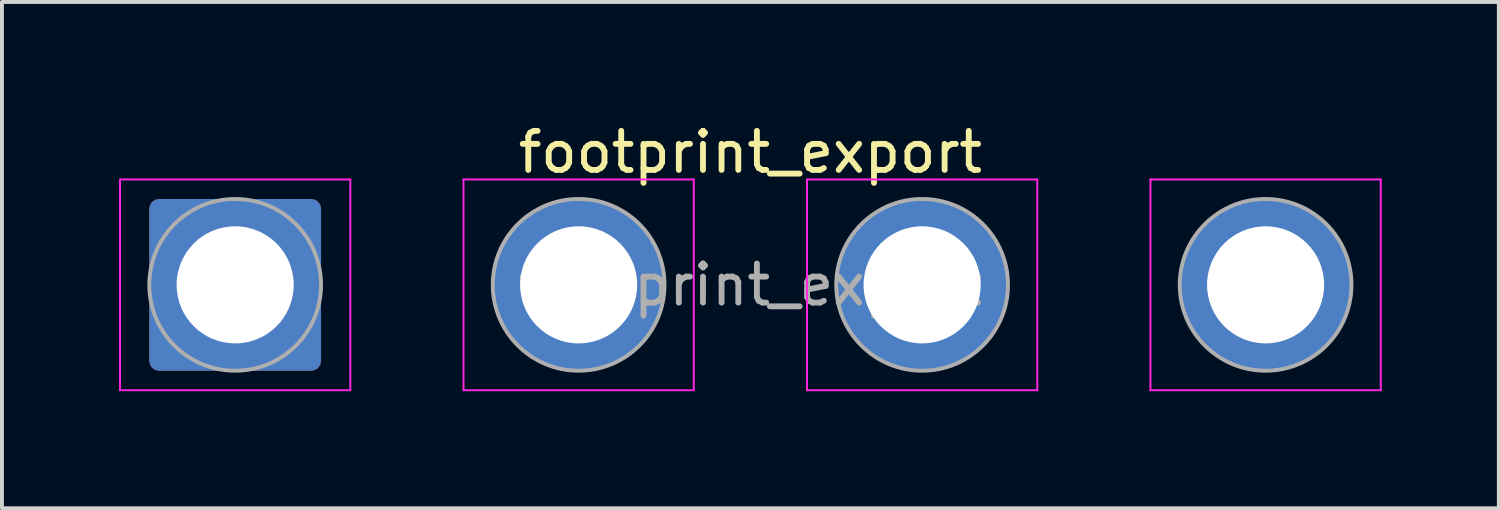
<source format=kicad_pcb>
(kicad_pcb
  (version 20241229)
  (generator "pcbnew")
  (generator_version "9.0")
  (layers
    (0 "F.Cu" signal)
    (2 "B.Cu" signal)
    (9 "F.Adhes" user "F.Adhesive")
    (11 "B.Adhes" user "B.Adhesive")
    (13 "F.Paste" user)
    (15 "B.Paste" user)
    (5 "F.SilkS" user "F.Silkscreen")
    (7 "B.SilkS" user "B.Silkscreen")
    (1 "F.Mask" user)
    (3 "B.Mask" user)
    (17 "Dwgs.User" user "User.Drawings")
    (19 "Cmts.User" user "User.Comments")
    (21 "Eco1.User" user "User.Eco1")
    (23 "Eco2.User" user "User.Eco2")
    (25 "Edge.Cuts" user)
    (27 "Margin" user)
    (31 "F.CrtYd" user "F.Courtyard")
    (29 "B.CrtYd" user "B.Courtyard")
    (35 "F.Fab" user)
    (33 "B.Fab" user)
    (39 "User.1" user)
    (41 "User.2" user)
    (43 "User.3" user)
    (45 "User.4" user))
  (footprint "footprint_export"
    (layer "F.Cu")
    (at 2.975 4.248)
    (property "Reference" "footprint_export" (at 13.2 -3.4 0) (layer "F.SilkS") (effects (font (size 1 1) (thickness 0.15))))
    (attr exclude_from_pos_files exclude_from_bom)
    (fp_line (start -2.95 -2.7) (end -2.95 2.7) (stroke (width 0.05) (type solid)) (layer "F.CrtYd"))
    (fp_line (start -2.95 2.7) (end 2.95 2.7) (stroke (width 0.05) (type solid)) (layer "F.CrtYd"))
    (fp_line (start 2.95 -2.7) (end -2.95 -2.7) (stroke (width 0.05) (type solid)) (layer "F.CrtYd"))
    (fp_line (start 2.95 2.7) (end 2.95 -2.7) (stroke (width 0.05) (type solid)) (layer "F.CrtYd"))
    (fp_line (start 5.85 -2.7) (end 5.85 2.7) (stroke (width 0.05) (type solid)) (layer "F.CrtYd"))
    (fp_line (start 5.85 2.7) (end 11.75 2.7) (stroke (width 0.05) (type solid)) (layer "F.CrtYd"))
    (fp_line (start 11.75 -2.7) (end 5.85 -2.7) (stroke (width 0.05) (type solid)) (layer "F.CrtYd"))
    (fp_line (start 11.75 2.7) (end 11.75 -2.7) (stroke (width 0.05) (type solid)) (layer "F.CrtYd"))
    (fp_line (start 14.65 -2.7) (end 14.65 2.7) (stroke (width 0.05) (type solid)) (layer "F.CrtYd"))
    (fp_line (start 14.65 2.7) (end 20.55 2.7) (stroke (width 0.05) (type solid)) (layer "F.CrtYd"))
    (fp_line (start 20.55 -2.7) (end 14.65 -2.7) (stroke (width 0.05) (type solid)) (layer "F.CrtYd"))
    (fp_line (start 20.55 2.7) (end 20.55 -2.7) (stroke (width 0.05) (type solid)) (layer "F.CrtYd"))
    (fp_line (start 23.45 -2.7) (end 23.45 2.7) (stroke (width 0.05) (type solid)) (layer "F.CrtYd"))
    (fp_line (start 23.45 2.7) (end 29.35 2.7) (stroke (width 0.05) (type solid)) (layer "F.CrtYd"))
    (fp_line (start 29.35 -2.7) (end 23.45 -2.7) (stroke (width 0.05) (type solid)) (layer "F.CrtYd"))
    (fp_line (start 29.35 2.7) (end 29.35 -2.7) (stroke (width 0.05) (type solid)) (layer "F.CrtYd"))
    (fp_circle (center 0 0) (end 2.2 0) (stroke (width 0.1) (type solid)) (fill no) (layer "F.Fab"))
    (fp_circle (center 8.8 0) (end 11 0) (stroke (width 0.1) (type solid)) (fill no) (layer "F.Fab"))
    (fp_circle (center 17.6 0) (end 19.8 0) (stroke (width 0.1) (type solid)) (fill no) (layer "F.Fab"))
    (fp_circle (center 26.4 0) (end 28.6 0) (stroke (width 0.1) (type solid)) (fill no) (layer "F.Fab"))
    (fp_text user "${REFERENCE}" (at 13.2 0 0) (layer "F.Fab") (effects (font (size 1 1) (thickness 0.15))))
    (pad "1" thru_hole roundrect (at 0 0) (size 4.4 4.4) (drill 3) (layers "*.Cu" "*.Mask") (roundrect_rratio 0.057))
    (pad "2" thru_hole circle (at 8.8 0) (size 4.4 4.4) (drill 3) (layers "*.Cu" "*.Mask"))
    (pad "3" thru_hole circle (at 17.6 0) (size 4.4 4.4) (drill 3) (layers "*.Cu" "*.Mask"))
    (pad "4" thru_hole circle (at 26.4 0) (size 4.4 4.4) (drill 3) (layers "*.Cu" "*.Mask")))
  (gr_rect
    (start -3 -3)
    (end 35.35 9.973)
    (stroke (width 0.1) (type default))
    (fill no)
    (layer "Edge.Cuts")))
</source>
